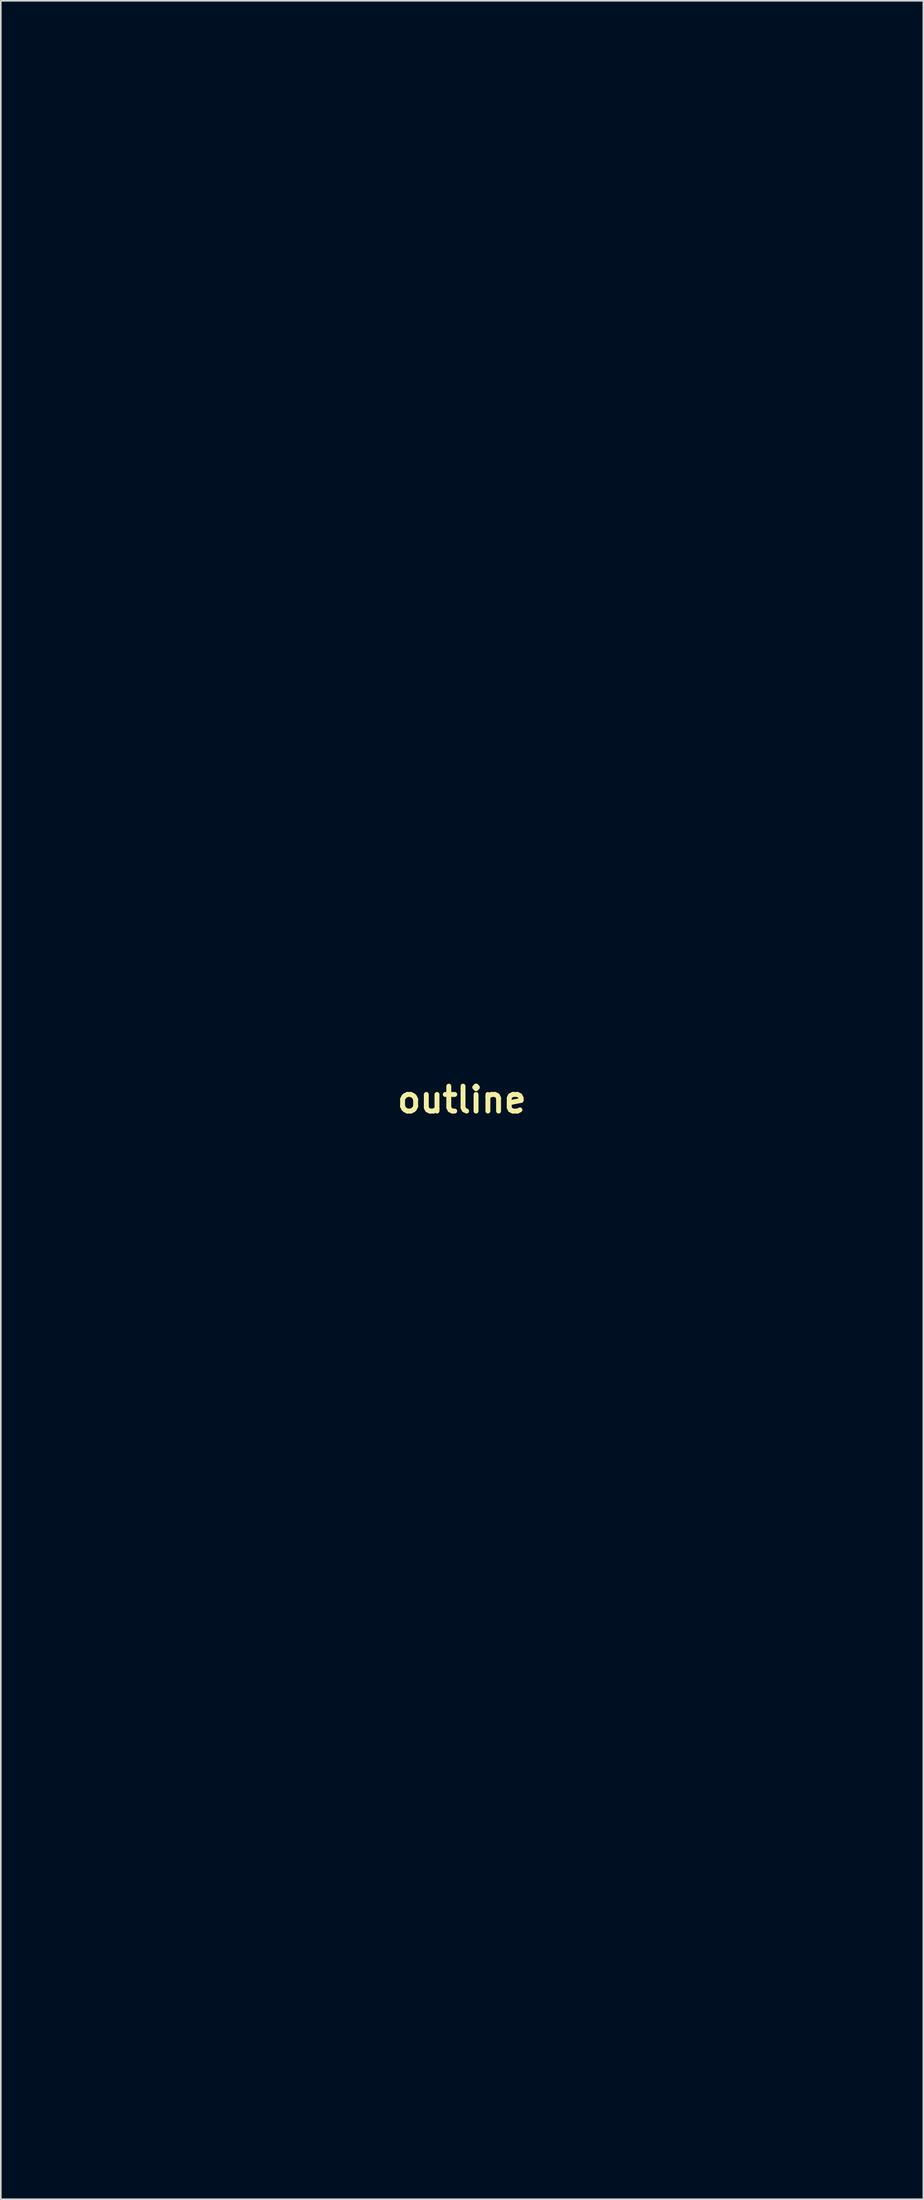
<source format=kicad_pcb>
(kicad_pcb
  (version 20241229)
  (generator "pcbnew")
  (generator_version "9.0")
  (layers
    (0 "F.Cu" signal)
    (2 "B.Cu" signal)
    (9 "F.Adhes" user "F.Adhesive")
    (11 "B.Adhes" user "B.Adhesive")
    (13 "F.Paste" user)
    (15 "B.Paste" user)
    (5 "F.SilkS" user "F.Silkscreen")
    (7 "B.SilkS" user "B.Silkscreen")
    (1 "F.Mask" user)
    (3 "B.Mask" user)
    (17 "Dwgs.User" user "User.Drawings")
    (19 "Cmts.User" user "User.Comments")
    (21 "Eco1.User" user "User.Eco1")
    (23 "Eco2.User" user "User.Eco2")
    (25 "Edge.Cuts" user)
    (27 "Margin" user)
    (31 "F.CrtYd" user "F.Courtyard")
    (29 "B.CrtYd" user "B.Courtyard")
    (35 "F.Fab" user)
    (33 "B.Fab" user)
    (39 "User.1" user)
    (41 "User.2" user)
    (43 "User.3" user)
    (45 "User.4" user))
  (footprint "outline"
    (layer "F.Cu")
    (at 25.236 64.239)
    (property "Reference" "outline" (at 0 0 0) (layer "F.SilkS") (effects (font (size 1.524 1.524) (thickness 0.3))))
    (attr through_hole)
    (fp_poly (pts (xy 19.078 -44.676) (xy 6.181 -44.676) (xy 6.181 -47.075) (xy 19.078 -47.075) (xy 19.078 -44.676)) (stroke (width 0.01) (type solid)) (fill no) (layer "Eco1.User"))
    (fp_poly (pts (xy -25.033 64.064) (xy -23.227 64.064) (xy -23.227 64.262) (xy -25.231 64.262) (xy -25.231 62.258) (xy -25.033 62.258) (xy -25.033 64.064)) (stroke (width 0.01) (type solid)) (fill no) (layer "Eco1.User"))
    (fp_poly (pts (xy -23.227 -64.036) (xy -25.033 -64.036) (xy -25.033 -62.23) (xy -25.231 -62.23) (xy -25.231 -64.234) (xy -23.227 -64.234) (xy -23.227 -64.036)) (stroke (width 0.01) (type solid)) (fill no) (layer "Eco1.User"))
    (fp_poly (pts (xy 23.791 54.525) (xy 21.759 54.525) (xy 21.759 54.328) (xy 23.566 54.328) (xy 23.566 52.522) (xy 23.791 52.522) (xy 23.791 54.525)) (stroke (width 0.01) (type solid)) (fill no) (layer "Eco1.User"))
    (fp_poly (pts (xy 25.259 -62.23) (xy 25.061 -62.23) (xy 25.061 -64.036) (xy 23.255 -64.036) (xy 23.255 -64.234) (xy 25.259 -64.234) (xy 25.259 -62.23)) (stroke (width 0.01) (type solid)) (fill no) (layer "Eco1.User"))
    (fp_poly (pts (xy 25.259 64.262) (xy 23.255 64.262) (xy 23.255 64.064) (xy 25.061 64.064) (xy 25.061 62.258) (xy 25.259 62.258) (xy 25.259 64.262)) (stroke (width 0.01) (type solid)) (fill no) (layer "Eco1.User"))
    (fp_poly (pts (xy 1.976 -37.818) (xy -20.715 -37.818) (xy -20.715 -48.006) (xy -19.614 -48.006) (xy -19.614 -38.918) (xy 0.875 -38.918) (xy 0.875 -48.006) (xy -19.614 -48.006) (xy -20.715 -48.006) (xy -20.715 -49.107) (xy 1.976 -49.107) (xy 1.976 -37.818)) (stroke (width 0.01) (type solid)) (fill no) (layer "Eco1.User"))
    (fp_poly (pts (xy -20.066 32.653) (xy -19.163 32.653) (xy -19.163 32.851) (xy -20.066 32.851) (xy -20.066 33.754) (xy -20.292 33.754) (xy -20.292 32.851) (xy -21.195 32.851) (xy -21.195 32.653) (xy -20.292 32.653) (xy -20.292 31.75) (xy -20.066 31.75) (xy -20.066 32.653)) (stroke (width 0.01) (type solid)) (fill no) (layer "Eco1.User"))
    (fp_poly (pts (xy -14.887 -1.623) (xy -13.998 -1.607) (xy -13.998 -1.411) (xy -14.901 -1.411) (xy -14.901 -0.508) (xy -15.099 -0.508) (xy -15.099 -1.411) (xy -16.002 -1.411) (xy -16.002 -1.609) (xy -15.099 -1.609) (xy -15.099 -2.512) (xy -14.903 -2.512) (xy -14.887 -1.623)) (stroke (width 0.01) (type solid)) (fill no) (layer "Eco1.User"))
    (fp_poly (pts (xy -9.962 32.653) (xy -9.059 32.653) (xy -9.059 32.851) (xy -9.962 32.851) (xy -9.962 33.754) (xy -10.188 33.754) (xy -10.188 32.851) (xy -11.091 32.851) (xy -11.091 32.653) (xy -10.188 32.653) (xy -10.188 31.75) (xy -9.962 31.75) (xy -9.962 32.653)) (stroke (width 0.01) (type solid)) (fill no) (layer "Eco1.User"))
    (fp_poly (pts (xy 20.348 32.653) (xy 21.251 32.653) (xy 21.251 32.851) (xy 20.348 32.851) (xy 20.348 33.754) (xy 20.152 33.754) (xy 20.137 32.865) (xy 19.248 32.849) (xy 19.248 32.653) (xy 20.151 32.653) (xy 20.151 31.75) (xy 20.348 31.75) (xy 20.348 32.653)) (stroke (width 0.01) (type solid)) (fill no) (layer "Eco1.User"))
    (fp_poly (pts (xy 20.348 47.583) (xy 21.251 47.583) (xy 21.251 47.808) (xy 20.348 47.808) (xy 20.348 48.712) (xy 20.151 48.712) (xy 20.151 47.808) (xy 19.248 47.808) (xy 19.248 47.583) (xy 20.151 47.583) (xy 20.151 46.68) (xy 20.348 46.68) (xy 20.348 47.583)) (stroke (width 0.01) (type solid)) (fill no) (layer "Eco1.User"))
    (fp_poly (pts (xy 0.141 32.653) (xy 1.044 32.653) (xy 1.044 32.851) (xy 0.141 32.851) (xy 0.141 33.754) (xy -0.085 33.754) (xy -0.085 32.851) (xy -0.991 32.851) (xy -0.974 32.667) (xy -0.529 32.659) (xy -0.085 32.652) (xy -0.085 31.75) (xy 0.141 31.75) (xy 0.141 32.653)) (stroke (width 0.01) (type solid)) (fill no) (layer "Eco1.User"))
    (fp_poly (pts (xy 10.245 32.653) (xy 11.148 32.653) (xy 11.148 32.851) (xy 10.245 32.851) (xy 10.245 33.754) (xy 10.019 33.754) (xy 10.019 32.851) (xy 9.144 32.851) (xy 9.144 32.653) (xy 10.017 32.653) (xy 10.033 31.764) (xy 10.139 31.755) (xy 10.245 31.747) (xy 10.245 32.653)) (stroke (width 0.01) (type solid)) (fill no) (layer "Eco1.User"))
    (fp_poly (pts (xy -23.537 54.328) (xy -21.731 54.328) (xy -21.731 54.525) (xy -23.771 54.525) (xy -23.753 54.377) (xy -23.749 54.311) (xy -23.745 54.198) (xy -23.741 54.045) (xy -23.738 53.861) (xy -23.736 53.655) (xy -23.735 53.435) (xy -23.735 53.375) (xy -23.735 52.522) (xy -23.537 52.522) (xy -23.537 54.328)) (stroke (width 0.01) (type solid)) (fill no) (layer "Eco1.User"))
    (fp_poly (pts (xy 8.304 -18.86) (xy 8.311 -18.415) (xy 8.756 -18.407) (xy 9.2 -18.399) (xy 9.2 -18.203) (xy 8.297 -18.203) (xy 8.297 -17.3) (xy 8.1 -17.3) (xy 8.1 -18.203) (xy 7.197 -18.203) (xy 7.197 -18.401) (xy 8.1 -18.401) (xy 8.1 -19.304) (xy 8.296 -19.304) (xy 8.304 -18.86)) (stroke (width 0.01) (type solid)) (fill no) (layer "Eco1.User"))
    (fp_poly (pts (xy 20.348 17.835) (xy 20.793 17.843) (xy 21.237 17.851) (xy 21.246 17.956) (xy 21.255 18.062) (xy 20.348 18.062) (xy 20.348 18.965) (xy 20.151 18.965) (xy 20.151 18.062) (xy 19.248 18.062) (xy 19.248 17.836) (xy 20.151 17.836) (xy 20.151 16.962) (xy 20.348 16.962) (xy 20.348 17.835)) (stroke (width 0.01) (type solid)) (fill no) (layer "Eco1.User"))
    (fp_poly (pts (xy 23.777 -52.479) (xy 23.566 -52.462) (xy 23.566 -54.271) (xy 21.759 -54.271) (xy 21.759 -54.469) (xy 22.677 -54.474) (xy 22.903 -54.476) (xy 23.115 -54.477) (xy 23.304 -54.478) (xy 23.464 -54.48) (xy 23.587 -54.48) (xy 23.664 -54.481) (xy 23.686 -54.481) (xy 23.777 -54.483) (xy 23.777 -52.479)) (stroke (width 0.01) (type solid)) (fill no) (layer "Eco1.User"))
    (fp_poly (pts (xy -9.962 17.835) (xy -9.518 17.843) (xy -9.073 17.851) (xy -9.065 17.956) (xy -9.056 18.062) (xy -9.962 18.062) (xy -9.962 18.965) (xy -10.188 18.965) (xy -10.188 18.062) (xy -11.095 18.062) (xy -11.086 17.956) (xy -11.077 17.851) (xy -10.633 17.843) (xy -10.188 17.835) (xy -10.188 16.962) (xy -9.962 16.962) (xy -9.962 17.835)) (stroke (width 0.01) (type solid)) (fill no) (layer "Eco1.User"))
    (fp_poly (pts (xy 0.141 17.835) (xy 0.586 17.843) (xy 1.03 17.851) (xy 1.039 17.956) (xy 1.048 18.062) (xy 0.141 18.062) (xy 0.141 18.965) (xy -0.085 18.965) (xy -0.085 18.064) (xy -0.529 18.056) (xy -0.974 18.048) (xy -0.974 17.851) (xy -0.529 17.843) (xy -0.085 17.835) (xy -0.085 16.962) (xy 0.141 16.962) (xy 0.141 17.835)) (stroke (width 0.01) (type solid)) (fill no) (layer "Eco1.User"))
    (fp_poly (pts (xy -20.066 17.835) (xy -19.622 17.843) (xy -19.177 17.851) (xy -19.177 18.048) (xy -20.065 18.064) (xy -20.072 18.507) (xy -20.08 18.951) (xy -20.186 18.96) (xy -20.292 18.969) (xy -20.292 18.062) (xy -21.198 18.062) (xy -21.19 17.956) (xy -21.181 17.851) (xy -20.736 17.843) (xy -20.292 17.835) (xy -20.292 16.962) (xy -20.066 16.962) (xy -20.066 17.835)) (stroke (width 0.01) (type solid)) (fill no) (layer "Eco1.User"))
    (fp_poly (pts (xy -23.148 -54.477) (xy -22.932 -54.476) (xy -22.726 -54.474) (xy -21.731 -54.464) (xy -21.731 -54.271) (xy -23.537 -54.271) (xy -23.537 -52.465) (xy -23.73 -52.465) (xy -23.74 -53.46) (xy -23.742 -53.691) (xy -23.743 -53.904) (xy -23.743 -54.093) (xy -23.742 -54.25) (xy -23.741 -54.37) (xy -23.738 -54.445) (xy -23.735 -54.469) (xy -23.705 -54.472) (xy -23.624 -54.475) (xy -23.5 -54.476) (xy -23.339 -54.477) (xy -23.148 -54.477)) (stroke (width 0.01) (type solid)) (fill no) (layer "Eco1.User"))
    (fp_poly (pts (xy 10.245 17.835) (xy 10.689 17.843) (xy 11.134 17.851) (xy 11.142 17.956) (xy 11.151 18.062) (xy 10.245 18.062) (xy 10.245 18.965) (xy 10.151 18.965) (xy 10.081 18.96) (xy 10.039 18.948) (xy 10.038 18.947) (xy 10.031 18.913) (xy 10.026 18.834) (xy 10.022 18.718) (xy 10.019 18.577) (xy 10.019 18.495) (xy 10.019 18.062) (xy 9.144 18.062) (xy 9.144 17.836) (xy 10.019 17.836) (xy 10.019 16.962) (xy 10.245 16.962) (xy 10.245 17.835)) (stroke (width 0.01) (type solid)) (fill no) (layer "Eco1.User"))
    (fp_poly (pts (xy 10.245 47.583) (xy 11.151 47.583) (xy 11.142 47.688) (xy 11.134 47.794) (xy 10.69 47.802) (xy 10.246 47.81) (xy 10.238 48.254) (xy 10.231 48.697) (xy 10.145 48.706) (xy 10.078 48.706) (xy 10.039 48.694) (xy 10.032 48.66) (xy 10.026 48.58) (xy 10.022 48.464) (xy 10.019 48.323) (xy 10.019 48.241) (xy 10.019 47.808) (xy 9.144 47.808) (xy 9.144 47.583) (xy 10.017 47.583) (xy 10.033 46.694) (xy 10.139 46.685) (xy 10.245 46.676) (xy 10.245 47.583)) (stroke (width 0.01) (type solid)) (fill no) (layer "Eco1.User"))
    (fp_poly (pts (xy 0.135 47.137) (xy 0.143 47.581) (xy 0.586 47.589) (xy 1.03 47.597) (xy 1.03 47.794) (xy 0.586 47.802) (xy 0.143 47.81) (xy 0.135 48.254) (xy 0.127 48.697) (xy 0.041 48.706) (xy -0.026 48.706) (xy -0.065 48.694) (xy -0.071 48.66) (xy -0.077 48.58) (xy -0.082 48.464) (xy -0.084 48.323) (xy -0.085 48.242) (xy -0.085 47.81) (xy -0.974 47.794) (xy -0.974 47.597) (xy -0.53 47.589) (xy -0.086 47.581) (xy -0.071 46.694) (xy 0.127 46.694) (xy 0.135 47.137)) (stroke (width 0.01) (type solid)) (fill no) (layer "Eco1.User"))
    (fp_poly (pts (xy -20.186 46.685) (xy -20.08 46.694) (xy -20.072 47.137) (xy -20.065 47.581) (xy -19.621 47.589) (xy -19.177 47.597) (xy -19.177 47.794) (xy -19.621 47.802) (xy -20.065 47.81) (xy -20.072 48.254) (xy -20.08 48.697) (xy -20.166 48.706) (xy -20.233 48.706) (xy -20.272 48.694) (xy -20.279 48.66) (xy -20.285 48.58) (xy -20.289 48.464) (xy -20.291 48.323) (xy -20.292 48.242) (xy -20.292 47.81) (xy -21.181 47.794) (xy -21.19 47.688) (xy -21.198 47.583) (xy -20.292 47.583) (xy -20.292 46.676) (xy -20.186 46.685)) (stroke (width 0.01) (type solid)) (fill no) (layer "Eco1.User"))
    (fp_poly (pts (xy -9.969 47.137) (xy -9.961 47.581) (xy -9.517 47.589) (xy -9.073 47.597) (xy -9.073 47.794) (xy -9.517 47.802) (xy -9.961 47.81) (xy -9.969 48.254) (xy -9.977 48.697) (xy -10.062 48.706) (xy -10.129 48.706) (xy -10.168 48.694) (xy -10.175 48.66) (xy -10.181 48.58) (xy -10.185 48.464) (xy -10.188 48.323) (xy -10.188 48.242) (xy -10.188 47.81) (xy -11.077 47.794) (xy -11.077 47.597) (xy -10.633 47.589) (xy -10.19 47.581) (xy -10.182 47.137) (xy -10.174 46.694) (xy -9.977 46.694) (xy -9.969 47.137)) (stroke (width 0.01) (type solid)) (fill no) (layer "Eco1.User"))
    (fp_poly (pts (xy 2.625 -29.567) (xy 2.93 -29.522) (xy 3.215 -29.427) (xy 3.476 -29.289) (xy 3.707 -29.11) (xy 3.905 -28.898) (xy 4.065 -28.655) (xy 4.182 -28.386) (xy 4.252 -28.097) (xy 4.272 -27.841) (xy 4.264 -27.629) (xy 4.235 -27.443) (xy 4.181 -27.261) (xy 4.096 -27.062) (xy 4.084 -27.037) (xy 3.931 -26.786) (xy 3.735 -26.562) (xy 3.503 -26.373) (xy 3.243 -26.224) (xy 2.963 -26.123) (xy 2.95 -26.12) (xy 2.803 -26.095) (xy 2.622 -26.082) (xy 2.431 -26.082) (xy 2.249 -26.094) (xy 2.099 -26.119) (xy 2.088 -26.122) (xy 1.808 -26.223) (xy 1.548 -26.374) (xy 1.315 -26.566) (xy 1.114 -26.796) (xy 0.953 -27.055) (xy 0.837 -27.339) (xy 0.83 -27.361) (xy 0.799 -27.511) (xy 0.782 -27.693) (xy 0.781 -27.766) (xy 1.526 -27.766) (xy 1.544 -27.594) (xy 1.562 -27.514) (xy 1.645 -27.326) (xy 1.774 -27.153) (xy 1.937 -27.005) (xy 2.124 -26.893) (xy 2.226 -26.854) (xy 2.394 -26.822) (xy 2.584 -26.82) (xy 2.774 -26.848) (xy 2.939 -26.902) (xy 3.139 -27.02) (xy 3.3 -27.176) (xy 3.418 -27.354) (xy 3.462 -27.439) (xy 3.49 -27.509) (xy 3.506 -27.58) (xy 3.512 -27.671) (xy 3.514 -27.8) (xy 3.514 -27.813) (xy 3.512 -27.952) (xy 3.504 -28.053) (xy 3.487 -28.133) (xy 3.459 -28.211) (xy 3.439 -28.255) (xy 3.319 -28.447) (xy 3.16 -28.605) (xy 2.972 -28.725) (xy 2.763 -28.802) (xy 2.542 -28.832) (xy 2.317 -28.81) (xy 2.283 -28.802) (xy 2.06 -28.721) (xy 1.873 -28.598) (xy 1.717 -28.43) (xy 1.608 -28.25) (xy 1.56 -28.115) (xy 1.532 -27.946) (xy 1.526 -27.766) (xy 0.781 -27.766) (xy 0.78 -27.888) (xy 0.791 -28.073) (xy 0.816 -28.222) (xy 0.916 -28.514) (xy 1.06 -28.779) (xy 1.245 -29.013) (xy 1.464 -29.211) (xy 1.712 -29.37) (xy 1.983 -29.485) (xy 2.273 -29.553) (xy 2.575 -29.57) (xy 2.625 -29.567)) (stroke (width 0.01) (type solid)) (fill no) (layer "Eco1.User"))
    (fp_poly (pts (xy 2.764 -53.857) (xy 3.044 -53.793) (xy 3.307 -53.684) (xy 3.549 -53.535) (xy 3.764 -53.35) (xy 3.948 -53.133) (xy 4.096 -52.888) (xy 4.202 -52.62) (xy 4.261 -52.331) (xy 4.272 -52.141) (xy 4.264 -51.928) (xy 4.235 -51.742) (xy 4.181 -51.561) (xy 4.096 -51.361) (xy 4.084 -51.336) (xy 3.931 -51.085) (xy 3.735 -50.861) (xy 3.503 -50.672) (xy 3.243 -50.524) (xy 2.963 -50.422) (xy 2.95 -50.419) (xy 2.803 -50.394) (xy 2.622 -50.381) (xy 2.431 -50.381) (xy 2.249 -50.394) (xy 2.099 -50.418) (xy 2.088 -50.421) (xy 1.808 -50.523) (xy 1.548 -50.673) (xy 1.315 -50.866) (xy 1.114 -51.095) (xy 0.953 -51.354) (xy 0.837 -51.638) (xy 0.83 -51.661) (xy 0.799 -51.81) (xy 0.782 -51.992) (xy 0.782 -52.02) (xy 1.527 -52.02) (xy 1.557 -51.834) (xy 1.562 -51.813) (xy 1.645 -51.625) (xy 1.774 -51.452) (xy 1.937 -51.304) (xy 2.124 -51.192) (xy 2.226 -51.153) (xy 2.394 -51.121) (xy 2.584 -51.12) (xy 2.774 -51.147) (xy 2.939 -51.201) (xy 3.139 -51.319) (xy 3.3 -51.476) (xy 3.418 -51.653) (xy 3.462 -51.738) (xy 3.49 -51.808) (xy 3.506 -51.879) (xy 3.512 -51.97) (xy 3.514 -52.099) (xy 3.514 -52.112) (xy 3.512 -52.251) (xy 3.504 -52.352) (xy 3.487 -52.432) (xy 3.459 -52.51) (xy 3.439 -52.554) (xy 3.319 -52.749) (xy 3.168 -52.904) (xy 2.991 -53.019) (xy 2.797 -53.092) (xy 2.594 -53.126) (xy 2.387 -53.118) (xy 2.185 -53.07) (xy 1.995 -52.98) (xy 1.825 -52.85) (xy 1.681 -52.679) (xy 1.62 -52.573) (xy 1.561 -52.41) (xy 1.529 -52.219) (xy 1.527 -52.02) (xy 0.782 -52.02) (xy 0.78 -52.187) (xy 0.791 -52.372) (xy 0.816 -52.522) (xy 0.917 -52.815) (xy 1.065 -53.084) (xy 1.255 -53.321) (xy 1.483 -53.523) (xy 1.742 -53.684) (xy 2.028 -53.799) (xy 2.176 -53.837) (xy 2.473 -53.873) (xy 2.764 -53.857)) (stroke (width 0.01) (type solid)) (fill no) (layer "Eco1.User"))
    (fp_poly (pts (xy -21.095 -53.864) (xy -20.809 -53.81) (xy -20.538 -53.709) (xy -20.287 -53.566) (xy -20.062 -53.383) (xy -19.867 -53.165) (xy -19.71 -52.914) (xy -19.596 -52.633) (xy -19.573 -52.553) (xy -19.544 -52.386) (xy -19.53 -52.188) (xy -19.533 -51.983) (xy -19.551 -51.794) (xy -19.572 -51.689) (xy -19.675 -51.399) (xy -19.827 -51.134) (xy -20.022 -50.898) (xy -20.255 -50.698) (xy -20.521 -50.539) (xy -20.645 -50.485) (xy -20.751 -50.445) (xy -20.841 -50.419) (xy -20.935 -50.402) (xy -21.049 -50.392) (xy -21.2 -50.387) (xy -21.209 -50.386) (xy -21.409 -50.385) (xy -21.564 -50.394) (xy -21.684 -50.415) (xy -21.703 -50.42) (xy -21.982 -50.52) (xy -22.234 -50.665) (xy -22.469 -50.859) (xy -22.507 -50.897) (xy -22.709 -51.132) (xy -22.858 -51.381) (xy -22.958 -51.651) (xy -23.013 -51.95) (xy -23.019 -52.028) (xy -23.017 -52.124) (xy -22.274 -52.124) (xy -22.259 -51.934) (xy -22.215 -51.761) (xy -22.212 -51.754) (xy -22.107 -51.553) (xy -21.956 -51.382) (xy -21.764 -51.244) (xy -21.548 -51.148) (xy -21.403 -51.121) (xy -21.231 -51.118) (xy -21.054 -51.14) (xy -20.896 -51.184) (xy -20.856 -51.201) (xy -20.654 -51.32) (xy -20.496 -51.471) (xy -20.374 -51.661) (xy -20.371 -51.668) (xy -20.326 -51.764) (xy -20.299 -51.842) (xy -20.284 -51.923) (xy -20.278 -52.026) (xy -20.278 -52.126) (xy -20.286 -52.315) (xy -20.317 -52.467) (xy -20.376 -52.6) (xy -20.47 -52.732) (xy -20.537 -52.807) (xy -20.714 -52.959) (xy -20.909 -53.063) (xy -21.115 -53.12) (xy -21.326 -53.13) (xy -21.534 -53.096) (xy -21.731 -53.019) (xy -21.91 -52.9) (xy -22.065 -52.741) (xy -22.188 -52.544) (xy -22.221 -52.47) (xy -22.262 -52.311) (xy -22.274 -52.124) (xy -23.017 -52.124) (xy -23.013 -52.325) (xy -22.954 -52.612) (xy -22.847 -52.883) (xy -22.696 -53.132) (xy -22.506 -53.355) (xy -22.28 -53.545) (xy -22.022 -53.698) (xy -21.736 -53.807) (xy -21.686 -53.821) (xy -21.389 -53.869) (xy -21.095 -53.864)) (stroke (width 0.01) (type solid)) (fill no) (layer "Eco1.User"))
    (fp_poly (pts (xy -21.095 -29.565) (xy -20.809 -29.51) (xy -20.538 -29.41) (xy -20.287 -29.267) (xy -20.062 -29.084) (xy -19.867 -28.865) (xy -19.71 -28.614) (xy -19.596 -28.334) (xy -19.573 -28.253) (xy -19.544 -28.086) (xy -19.53 -27.889) (xy -19.533 -27.684) (xy -19.551 -27.495) (xy -19.572 -27.39) (xy -19.675 -27.1) (xy -19.827 -26.835) (xy -20.022 -26.599) (xy -20.255 -26.399) (xy -20.521 -26.24) (xy -20.645 -26.186) (xy -20.751 -26.146) (xy -20.841 -26.119) (xy -20.935 -26.103) (xy -21.049 -26.093) (xy -21.2 -26.087) (xy -21.209 -26.087) (xy -21.409 -26.086) (xy -21.564 -26.095) (xy -21.684 -26.115) (xy -21.703 -26.12) (xy -21.982 -26.221) (xy -22.234 -26.366) (xy -22.469 -26.56) (xy -22.507 -26.597) (xy -22.709 -26.833) (xy -22.858 -27.081) (xy -22.958 -27.352) (xy -23.013 -27.651) (xy -23.019 -27.728) (xy -23.017 -27.825) (xy -22.274 -27.825) (xy -22.259 -27.635) (xy -22.215 -27.461) (xy -22.212 -27.455) (xy -22.107 -27.254) (xy -21.956 -27.082) (xy -21.764 -26.945) (xy -21.548 -26.849) (xy -21.402 -26.821) (xy -21.229 -26.819) (xy -21.05 -26.841) (xy -20.889 -26.886) (xy -20.85 -26.903) (xy -20.67 -27.012) (xy -20.51 -27.163) (xy -20.383 -27.34) (xy -20.353 -27.398) (xy -20.316 -27.485) (xy -20.293 -27.566) (xy -20.282 -27.658) (xy -20.278 -27.782) (xy -20.278 -27.827) (xy -20.286 -28.016) (xy -20.317 -28.169) (xy -20.376 -28.302) (xy -20.471 -28.433) (xy -20.537 -28.508) (xy -20.714 -28.66) (xy -20.909 -28.764) (xy -21.115 -28.82) (xy -21.326 -28.831) (xy -21.534 -28.797) (xy -21.731 -28.72) (xy -21.91 -28.601) (xy -22.065 -28.442) (xy -22.188 -28.245) (xy -22.221 -28.171) (xy -22.262 -28.011) (xy -22.274 -27.825) (xy -23.017 -27.825) (xy -23.013 -28.026) (xy -22.954 -28.314) (xy -22.847 -28.585) (xy -22.696 -28.834) (xy -22.506 -29.057) (xy -22.279 -29.247) (xy -22.02 -29.399) (xy -21.734 -29.508) (xy -21.686 -29.521) (xy -21.389 -29.569) (xy -21.095 -29.565)) (stroke (width 0.01) (type solid)) (fill no) (layer "Eco1.User")))
  (gr_rect
    (start -3 -3)
    (end 53.5 131.506)
    (stroke (width 0.1) (type default))
    (fill no)
    (layer "Edge.Cuts")))
</source>
